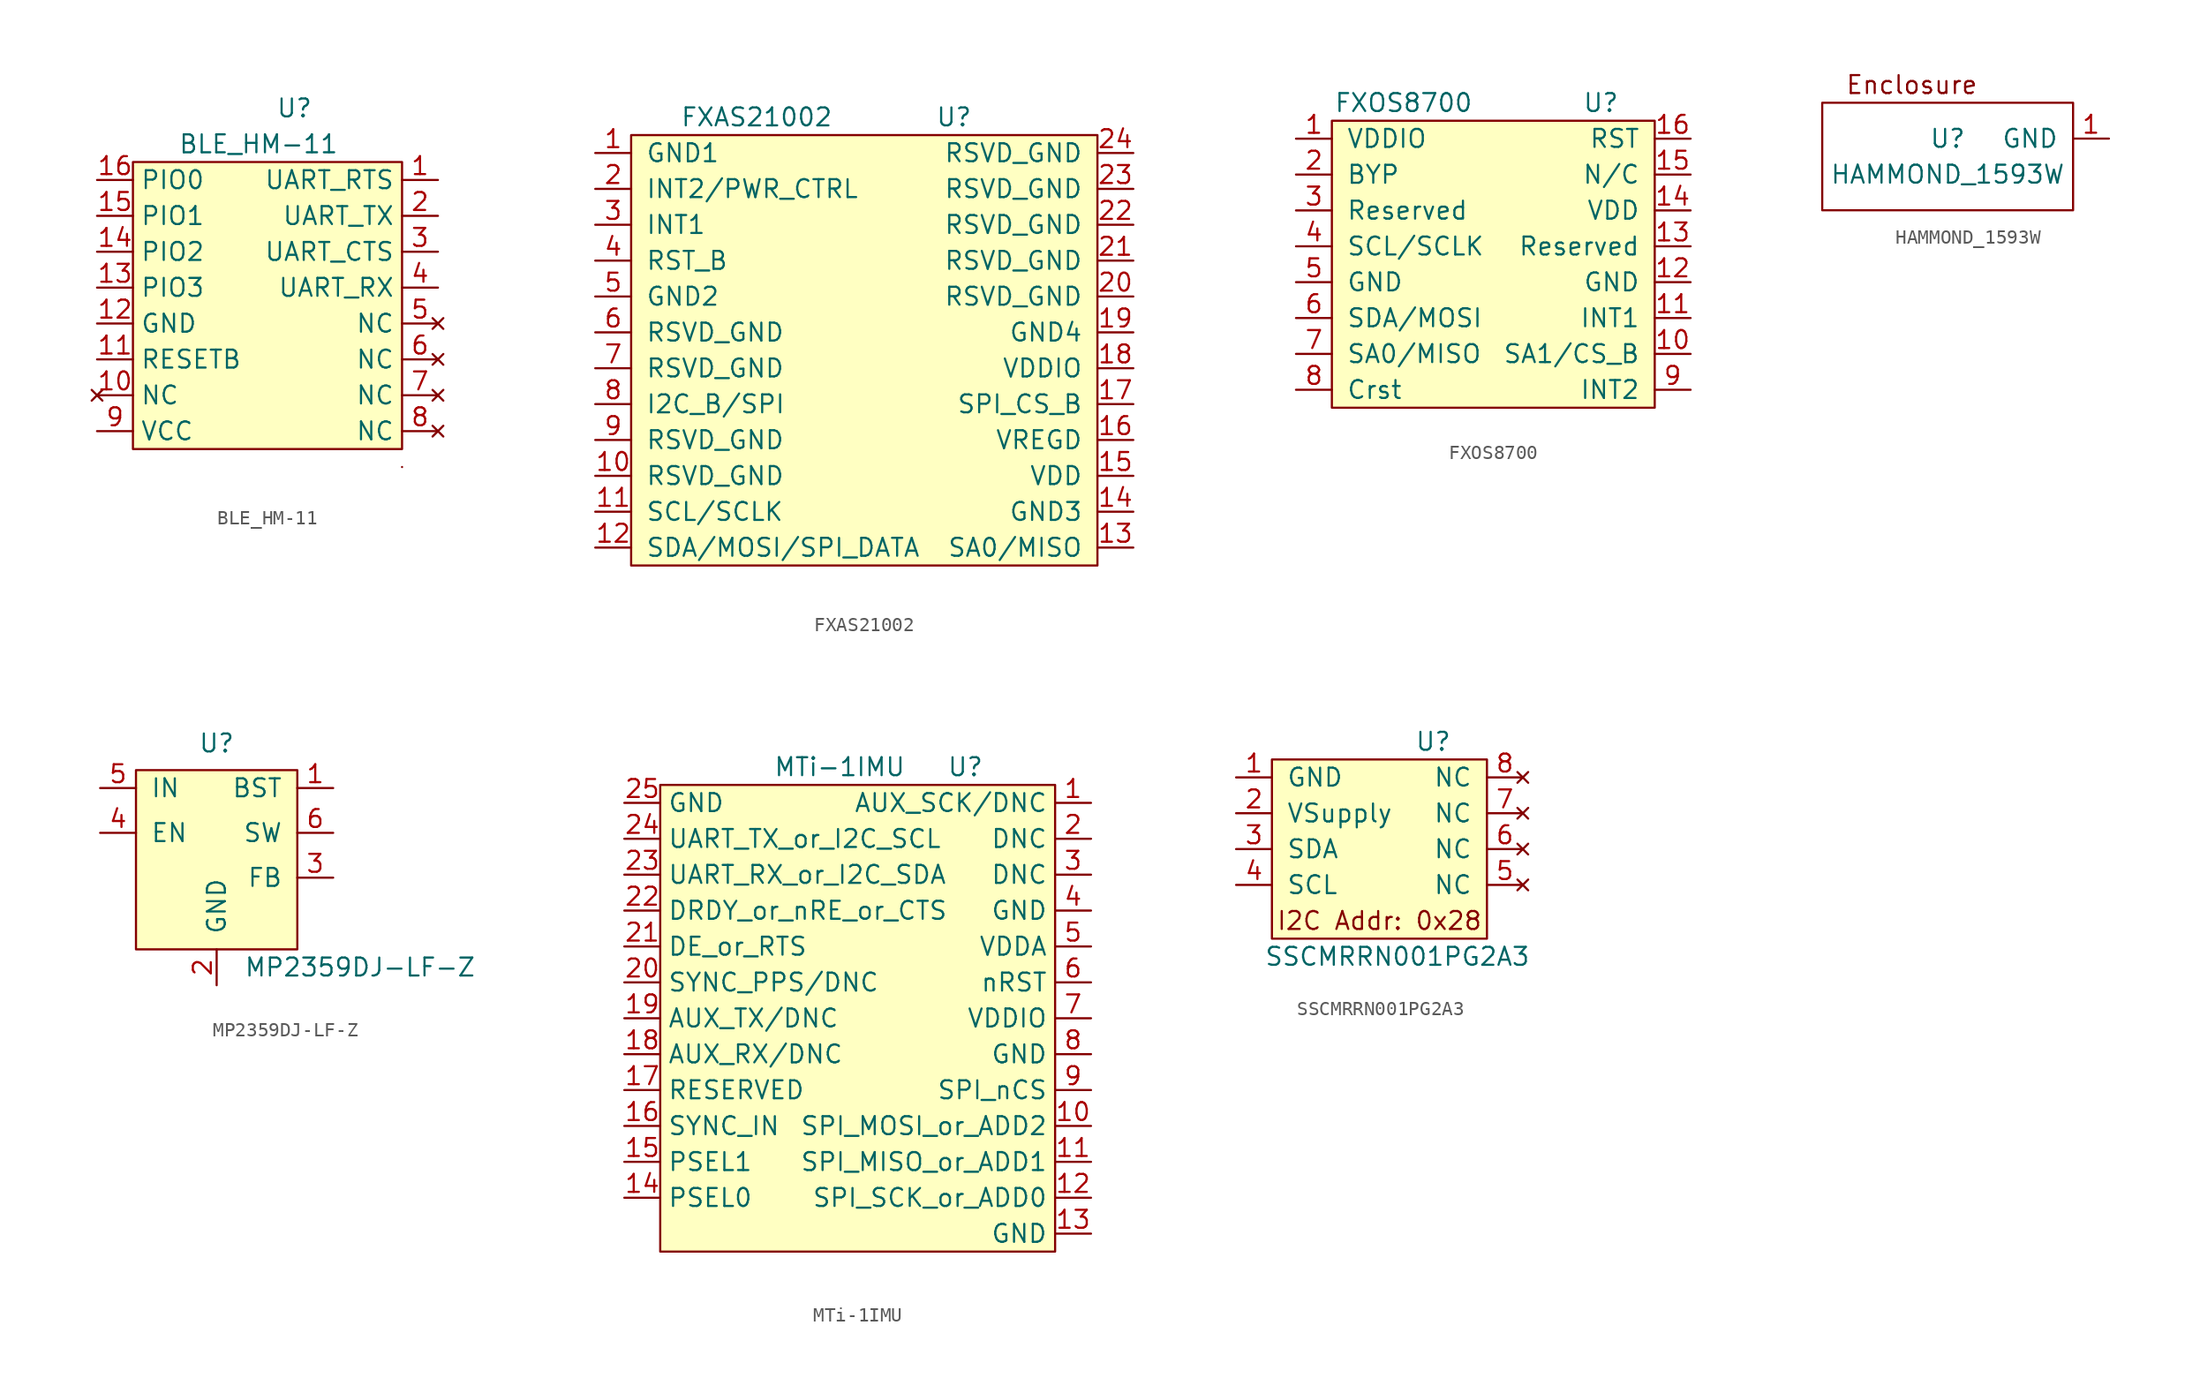
<source format=kicad_sym>
(kicad_symbol_lib
  (version 20211014)
  (generator kicad_symbol_editor)
  (symbol "BLE_HM-11"
    (property "Reference" "U"
      (at 1.27 13.97 0)
      (effects (font (size 1.27 1.27))))
    (property "Value" "BLE_HM-11"
      (at -1.27 11.43 0)
      (effects (font (size 1.27 1.27))))
    (symbol "BLE_HM-11_0_1"
      (rectangle (start -10.16 10.16) (end 8.89 -10.16) (stroke (width 0) (type default) (color 0 0 0 0)) (fill (type background)))
      (rectangle (start 8.89 -11.43) (end 8.89 -11.43) (stroke (width 0) (type default) (color 0 0 0 0)) (fill (type none))))
    (symbol "BLE_HM-11_1_1"
      (pin output line (at 11.43 8.89 180) (length 2.54) (name "UART_RTS" (effects (font (size 1.27 1.27)))) (number "1" (effects (font (size 1.27 1.27)))))
      (pin no_connect line (at -12.7 -6.35 0) (length 2.54) (name "NC" (effects (font (size 1.27 1.27)))) (number "10" (effects (font (size 1.27 1.27)))))
      (pin input line (at -12.7 -3.81 0) (length 2.54) (name "RESETB" (effects (font (size 1.27 1.27)))) (number "11" (effects (font (size 1.27 1.27)))))
      (pin power_in line (at -12.7 -1.27 0) (length 2.54) (name "GND" (effects (font (size 1.27 1.27)))) (number "12" (effects (font (size 1.27 1.27)))))
      (pin bidirectional line (at -12.7 1.27 0) (length 2.54) (name "PIO3" (effects (font (size 1.27 1.27)))) (number "13" (effects (font (size 1.27 1.27)))))
      (pin bidirectional line (at -12.7 3.81 0) (length 2.54) (name "PIO2" (effects (font (size 1.27 1.27)))) (number "14" (effects (font (size 1.27 1.27)))))
      (pin bidirectional line (at -12.7 6.35 0) (length 2.54) (name "PIO1" (effects (font (size 1.27 1.27)))) (number "15" (effects (font (size 1.27 1.27)))))
      (pin bidirectional line (at -12.7 8.89 0) (length 2.54) (name "PIO0" (effects (font (size 1.27 1.27)))) (number "16" (effects (font (size 1.27 1.27)))))
      (pin output line (at 11.43 6.35 180) (length 2.54) (name "UART_TX" (effects (font (size 1.27 1.27)))) (number "2" (effects (font (size 1.27 1.27)))))
      (pin input line (at 11.43 3.81 180) (length 2.54) (name "UART_CTS" (effects (font (size 1.27 1.27)))) (number "3" (effects (font (size 1.27 1.27)))))
      (pin input line (at 11.43 1.27 180) (length 2.54) (name "UART_RX" (effects (font (size 1.27 1.27)))) (number "4" (effects (font (size 1.27 1.27)))))
      (pin no_connect line (at 11.43 -1.27 180) (length 2.54) (name "NC" (effects (font (size 1.27 1.27)))) (number "5" (effects (font (size 1.27 1.27)))))
      (pin no_connect line (at 11.43 -3.81 180) (length 2.54) (name "NC" (effects (font (size 1.27 1.27)))) (number "6" (effects (font (size 1.27 1.27)))))
      (pin no_connect line (at 11.43 -6.35 180) (length 2.54) (name "NC" (effects (font (size 1.27 1.27)))) (number "7" (effects (font (size 1.27 1.27)))))
      (pin no_connect line (at 11.43 -8.89 180) (length 2.54) (name "NC" (effects (font (size 1.27 1.27)))) (number "8" (effects (font (size 1.27 1.27)))))
      (pin power_in line (at -12.7 -8.89 0) (length 2.54) (name "VCC" (effects (font (size 1.27 1.27)))) (number "9" (effects (font (size 1.27 1.27)))))))
  (symbol "FXAS21002"
    (pin_names
      (offset 1.016))
    (property "Reference" "U"
      (at 6.35 13.97 0)
      (effects (font (size 1.27 1.27))))
    (property "Value" "FXAS21002"
      (at -7.62 13.97 0)
      (effects (font (size 1.27 1.27))))
    (symbol "FXAS21002_0_1"
      (rectangle (start -16.51 12.7) (end 16.51 -17.78) (stroke (width 0) (type default) (color 0 0 0 0)) (fill (type background))))
    (symbol "FXAS21002_1_1"
      (pin input line (at -19.05 11.43 0) (length 2.54) (name "GND1" (effects (font (size 1.27 1.27)))) (number "1" (effects (font (size 1.27 1.27)))))
      (pin input line (at -19.05 -11.43 0) (length 2.54) (name "RSVD_GND" (effects (font (size 1.27 1.27)))) (number "10" (effects (font (size 1.27 1.27)))))
      (pin input line (at -19.05 -13.97 0) (length 2.54) (name "SCL/SCLK" (effects (font (size 1.27 1.27)))) (number "11" (effects (font (size 1.27 1.27)))))
      (pin input line (at -19.05 -16.51 0) (length 2.54) (name "SDA/MOSI/SPI_DATA" (effects (font (size 1.27 1.27)))) (number "12" (effects (font (size 1.27 1.27)))))
      (pin input line (at 19.05 -16.51 180) (length 2.54) (name "SA0/MISO" (effects (font (size 1.27 1.27)))) (number "13" (effects (font (size 1.27 1.27)))))
      (pin input line (at 19.05 -13.97 180) (length 2.54) (name "GND3" (effects (font (size 1.27 1.27)))) (number "14" (effects (font (size 1.27 1.27)))))
      (pin input line (at 19.05 -11.43 180) (length 2.54) (name "VDD" (effects (font (size 1.27 1.27)))) (number "15" (effects (font (size 1.27 1.27)))))
      (pin input line (at 19.05 -8.89 180) (length 2.54) (name "VREGD" (effects (font (size 1.27 1.27)))) (number "16" (effects (font (size 1.27 1.27)))))
      (pin input line (at 19.05 -6.35 180) (length 2.54) (name "SPI_CS_B" (effects (font (size 1.27 1.27)))) (number "17" (effects (font (size 1.27 1.27)))))
      (pin input line (at 19.05 -3.81 180) (length 2.54) (name "VDDIO" (effects (font (size 1.27 1.27)))) (number "18" (effects (font (size 1.27 1.27)))))
      (pin input line (at 19.05 -1.27 180) (length 2.54) (name "GND4" (effects (font (size 1.27 1.27)))) (number "19" (effects (font (size 1.27 1.27)))))
      (pin input line (at -19.05 8.89 0) (length 2.54) (name "INT2/PWR_CTRL" (effects (font (size 1.27 1.27)))) (number "2" (effects (font (size 1.27 1.27)))))
      (pin input line (at 19.05 1.27 180) (length 2.54) (name "RSVD_GND" (effects (font (size 1.27 1.27)))) (number "20" (effects (font (size 1.27 1.27)))))
      (pin input line (at 19.05 3.81 180) (length 2.54) (name "RSVD_GND" (effects (font (size 1.27 1.27)))) (number "21" (effects (font (size 1.27 1.27)))))
      (pin input line (at 19.05 6.35 180) (length 2.54) (name "RSVD_GND" (effects (font (size 1.27 1.27)))) (number "22" (effects (font (size 1.27 1.27)))))
      (pin input line (at 19.05 8.89 180) (length 2.54) (name "RSVD_GND" (effects (font (size 1.27 1.27)))) (number "23" (effects (font (size 1.27 1.27)))))
      (pin input line (at 19.05 11.43 180) (length 2.54) (name "RSVD_GND" (effects (font (size 1.27 1.27)))) (number "24" (effects (font (size 1.27 1.27)))))
      (pin input line (at -19.05 6.35 0) (length 2.54) (name "INT1" (effects (font (size 1.27 1.27)))) (number "3" (effects (font (size 1.27 1.27)))))
      (pin input line (at -19.05 3.81 0) (length 2.54) (name "RST_B" (effects (font (size 1.27 1.27)))) (number "4" (effects (font (size 1.27 1.27)))))
      (pin input line (at -19.05 1.27 0) (length 2.54) (name "GND2" (effects (font (size 1.27 1.27)))) (number "5" (effects (font (size 1.27 1.27)))))
      (pin input line (at -19.05 -1.27 0) (length 2.54) (name "RSVD_GND" (effects (font (size 1.27 1.27)))) (number "6" (effects (font (size 1.27 1.27)))))
      (pin input line (at -19.05 -3.81 0) (length 2.54) (name "RSVD_GND" (effects (font (size 1.27 1.27)))) (number "7" (effects (font (size 1.27 1.27)))))
      (pin input line (at -19.05 -6.35 0) (length 2.54) (name "I2C_B/SPI" (effects (font (size 1.27 1.27)))) (number "8" (effects (font (size 1.27 1.27)))))
      (pin input line (at -19.05 -8.89 0) (length 2.54) (name "RSVD_GND" (effects (font (size 1.27 1.27)))) (number "9" (effects (font (size 1.27 1.27)))))))
  (symbol "FXOS8700"
    (pin_names
      (offset 1.016))
    (property "Reference" "U"
      (at 7.62 11.43 0)
      (effects (font (size 1.27 1.27))))
    (property "Value" "FXOS8700"
      (at -6.35 11.43 0)
      (effects (font (size 1.27 1.27))))
    (symbol "FXOS8700_0_1"
      (rectangle (start -11.43 10.16) (end 11.43 -10.16) (stroke (width 0) (type default) (color 0 0 0 0)) (fill (type background))))
    (symbol "FXOS8700_1_1"
      (pin input line (at -13.97 8.89 0) (length 2.54) (name "VDDIO" (effects (font (size 1.27 1.27)))) (number "1" (effects (font (size 1.27 1.27)))))
      (pin input line (at 13.97 -6.35 180) (length 2.54) (name "SA1/CS_B" (effects (font (size 1.27 1.27)))) (number "10" (effects (font (size 1.27 1.27)))))
      (pin input line (at 13.97 -3.81 180) (length 2.54) (name "INT1" (effects (font (size 1.27 1.27)))) (number "11" (effects (font (size 1.27 1.27)))))
      (pin input line (at 13.97 -1.27 180) (length 2.54) (name "GND" (effects (font (size 1.27 1.27)))) (number "12" (effects (font (size 1.27 1.27)))))
      (pin input line (at 13.97 1.27 180) (length 2.54) (name "Reserved" (effects (font (size 1.27 1.27)))) (number "13" (effects (font (size 1.27 1.27)))))
      (pin input line (at 13.97 3.81 180) (length 2.54) (name "VDD" (effects (font (size 1.27 1.27)))) (number "14" (effects (font (size 1.27 1.27)))))
      (pin input line (at 13.97 6.35 180) (length 2.54) (name "N/C" (effects (font (size 1.27 1.27)))) (number "15" (effects (font (size 1.27 1.27)))))
      (pin input line (at 13.97 8.89 180) (length 2.54) (name "RST" (effects (font (size 1.27 1.27)))) (number "16" (effects (font (size 1.27 1.27)))))
      (pin input line (at -13.97 6.35 0) (length 2.54) (name "BYP" (effects (font (size 1.27 1.27)))) (number "2" (effects (font (size 1.27 1.27)))))
      (pin input line (at -13.97 3.81 0) (length 2.54) (name "Reserved" (effects (font (size 1.27 1.27)))) (number "3" (effects (font (size 1.27 1.27)))))
      (pin input line (at -13.97 1.27 0) (length 2.54) (name "SCL/SCLK" (effects (font (size 1.27 1.27)))) (number "4" (effects (font (size 1.27 1.27)))))
      (pin input line (at -13.97 -1.27 0) (length 2.54) (name "GND" (effects (font (size 1.27 1.27)))) (number "5" (effects (font (size 1.27 1.27)))))
      (pin input line (at -13.97 -3.81 0) (length 2.54) (name "SDA/MOSI" (effects (font (size 1.27 1.27)))) (number "6" (effects (font (size 1.27 1.27)))))
      (pin input line (at -13.97 -6.35 0) (length 2.54) (name "SA0/MISO" (effects (font (size 1.27 1.27)))) (number "7" (effects (font (size 1.27 1.27)))))
      (pin input line (at -13.97 -8.89 0) (length 2.54) (name "Crst" (effects (font (size 1.27 1.27)))) (number "8" (effects (font (size 1.27 1.27)))))
      (pin input line (at 13.97 -8.89 180) (length 2.54) (name "INT2" (effects (font (size 1.27 1.27)))) (number "9" (effects (font (size 1.27 1.27)))))))
  (symbol "HAMMOND_1593W"
    (pin_names
      (offset 1.016))
    (property "Reference" "U"
      (at 0 0 0)
      (effects (font (size 1.27 1.27))))
    (property "Value" "HAMMOND_1593W"
      (at 0 -2.54 0)
      (effects (font (size 1.27 1.27))))
    (symbol "HAMMOND_1593W_0_0"
      (text "Enclosure" (at -2.54 3.81 0) (effects (font (size 1.27 1.27)))))
    (symbol "HAMMOND_1593W_0_1"
      (rectangle (start -8.89 2.54) (end 8.89 -5.08) (stroke (width 0) (type default) (color 0 0 0 0)) (fill (type none))))
    (symbol "HAMMOND_1593W_1_1"
      (pin input line (at 11.43 0 180) (length 2.54) (name "GND" (effects (font (size 1.27 1.27)))) (number "1" (effects (font (size 1.27 1.27)))))))
  (symbol "MP2359DJ-LF-Z"
    (pin_names
      (offset 1.016))
    (property "Reference" "U"
      (at 0 9.525 0)
      (effects (font (size 1.27 1.27))))
    (property "Value" "MP2359DJ-LF-Z"
      (at 10.16 -6.35 0)
      (effects (font (size 1.27 1.27))))
    (symbol "MP2359DJ-LF-Z_0_1"
      (rectangle (start -5.715 7.62) (end 5.715 -5.08) (stroke (width 0) (type default) (color 0 0 0 0)) (fill (type background))))
    (symbol "MP2359DJ-LF-Z_1_1"
      (pin input line (at 8.255 6.35 180) (length 2.54) (name "BST" (effects (font (size 1.27 1.27)))) (number "1" (effects (font (size 1.27 1.27)))))
      (pin power_in line (at 0 -7.62 90) (length 2.54) (name "GND" (effects (font (size 1.27 1.27)))) (number "2" (effects (font (size 1.27 1.27)))))
      (pin input line (at 8.255 0 180) (length 2.54) (name "FB" (effects (font (size 1.27 1.27)))) (number "3" (effects (font (size 1.27 1.27)))))
      (pin input line (at -8.255 3.175 0) (length 2.54) (name "EN" (effects (font (size 1.27 1.27)))) (number "4" (effects (font (size 1.27 1.27)))))
      (pin power_in line (at -8.255 6.35 0) (length 2.54) (name "IN" (effects (font (size 1.27 1.27)))) (number "5" (effects (font (size 1.27 1.27)))))
      (pin power_out line (at 8.255 3.175 180) (length 2.54) (name "SW" (effects (font (size 1.27 1.27)))) (number "6" (effects (font (size 1.27 1.27)))))))
  (symbol "MTi-1IMU"
    (property "Reference" "U"
      (at 7.62 16.51 0)
      (effects (font (size 1.27 1.27))))
    (property "Value" "MTi-1IMU"
      (at -1.27 16.51 0)
      (effects (font (size 1.27 1.27))))
    (symbol "MTi-1IMU_0_1"
      (rectangle (start -13.97 15.24) (end 13.97 -17.78) (stroke (width 0) (type default) (color 0 0 0 0)) (fill (type background))))
    (symbol "MTi-1IMU_1_1"
      (pin input line (at 16.51 13.97 180) (length 2.54) (name "AUX_SCK/DNC" (effects (font (size 1.27 1.27)))) (number "1" (effects (font (size 1.27 1.27)))))
      (pin input line (at 16.51 -8.89 180) (length 2.54) (name "SPI_MOSI_or_ADD2" (effects (font (size 1.27 1.27)))) (number "10" (effects (font (size 1.27 1.27)))))
      (pin input line (at 16.51 -11.43 180) (length 2.54) (name "SPI_MISO_or_ADD1" (effects (font (size 1.27 1.27)))) (number "11" (effects (font (size 1.27 1.27)))))
      (pin input line (at 16.51 -13.97 180) (length 2.54) (name "SPI_SCK_or_ADD0" (effects (font (size 1.27 1.27)))) (number "12" (effects (font (size 1.27 1.27)))))
      (pin input line (at 16.51 -16.51 180) (length 2.54) (name "GND" (effects (font (size 1.27 1.27)))) (number "13" (effects (font (size 1.27 1.27)))))
      (pin input line (at -16.51 -13.97 0) (length 2.54) (name "PSEL0" (effects (font (size 1.27 1.27)))) (number "14" (effects (font (size 1.27 1.27)))))
      (pin input line (at -16.51 -11.43 0) (length 2.54) (name "PSEL1" (effects (font (size 1.27 1.27)))) (number "15" (effects (font (size 1.27 1.27)))))
      (pin input line (at -16.51 -8.89 0) (length 2.54) (name "SYNC_IN" (effects (font (size 1.27 1.27)))) (number "16" (effects (font (size 1.27 1.27)))))
      (pin input line (at -16.51 -6.35 0) (length 2.54) (name "RESERVED" (effects (font (size 1.27 1.27)))) (number "17" (effects (font (size 1.27 1.27)))))
      (pin input line (at -16.51 -3.81 0) (length 2.54) (name "AUX_RX/DNC" (effects (font (size 1.27 1.27)))) (number "18" (effects (font (size 1.27 1.27)))))
      (pin input line (at -16.51 -1.27 0) (length 2.54) (name "AUX_TX/DNC" (effects (font (size 1.27 1.27)))) (number "19" (effects (font (size 1.27 1.27)))))
      (pin input line (at 16.51 11.43 180) (length 2.54) (name "DNC" (effects (font (size 1.27 1.27)))) (number "2" (effects (font (size 1.27 1.27)))))
      (pin input line (at -16.51 1.27 0) (length 2.54) (name "SYNC_PPS/DNC" (effects (font (size 1.27 1.27)))) (number "20" (effects (font (size 1.27 1.27)))))
      (pin input line (at -16.51 3.81 0) (length 2.54) (name "DE_or_RTS" (effects (font (size 1.27 1.27)))) (number "21" (effects (font (size 1.27 1.27)))))
      (pin input line (at -16.51 6.35 0) (length 2.54) (name "DRDY_or_nRE_or_CTS" (effects (font (size 1.27 1.27)))) (number "22" (effects (font (size 1.27 1.27)))))
      (pin input line (at -16.51 8.89 0) (length 2.54) (name "UART_RX_or_I2C_SDA" (effects (font (size 1.27 1.27)))) (number "23" (effects (font (size 1.27 1.27)))))
      (pin input line (at -16.51 11.43 0) (length 2.54) (name "UART_TX_or_I2C_SCL" (effects (font (size 1.27 1.27)))) (number "24" (effects (font (size 1.27 1.27)))))
      (pin input line (at -16.51 13.97 0) (length 2.54) (name "GND" (effects (font (size 1.27 1.27)))) (number "25" (effects (font (size 1.27 1.27)))))
      (pin input line (at 16.51 8.89 180) (length 2.54) (name "DNC" (effects (font (size 1.27 1.27)))) (number "3" (effects (font (size 1.27 1.27)))))
      (pin input line (at 16.51 6.35 180) (length 2.54) (name "GND" (effects (font (size 1.27 1.27)))) (number "4" (effects (font (size 1.27 1.27)))))
      (pin input line (at 16.51 3.81 180) (length 2.54) (name "VDDA" (effects (font (size 1.27 1.27)))) (number "5" (effects (font (size 1.27 1.27)))))
      (pin input line (at 16.51 1.27 180) (length 2.54) (name "nRST" (effects (font (size 1.27 1.27)))) (number "6" (effects (font (size 1.27 1.27)))))
      (pin input line (at 16.51 -1.27 180) (length 2.54) (name "VDDIO" (effects (font (size 1.27 1.27)))) (number "7" (effects (font (size 1.27 1.27)))))
      (pin input line (at 16.51 -3.81 180) (length 2.54) (name "GND" (effects (font (size 1.27 1.27)))) (number "8" (effects (font (size 1.27 1.27)))))
      (pin input line (at 16.51 -6.35 180) (length 2.54) (name "SPI_nCS" (effects (font (size 1.27 1.27)))) (number "9" (effects (font (size 1.27 1.27)))))))
  (symbol "SSCMRRN001PG2A3"
    (pin_names
      (offset 1.016))
    (property "Reference" "U"
      (at 3.81 6.35 0)
      (effects (font (size 1.27 1.27))))
    (property "Value" "SSCMRRN001PG2A3"
      (at 1.27 -8.89 0)
      (effects (font (size 1.27 1.27))))
    (symbol "SSCMRRN001PG2A3_0_0"
      (rectangle (start -7.62 5.08) (end 7.62 -7.62) (stroke (width 0) (type default) (color 0 0 0 0)) (fill (type background)))
      (text "I2C Addr: 0x28" (at 0 -6.35 0) (effects (font (size 1.27 1.27)))))
    (symbol "SSCMRRN001PG2A3_1_1"
      (pin input line (at -10.16 3.81 0) (length 2.54) (name "GND" (effects (font (size 1.27 1.27)))) (number "1" (effects (font (size 1.27 1.27)))))
      (pin input line (at -10.16 1.27 0) (length 2.54) (name "VSupply" (effects (font (size 1.27 1.27)))) (number "2" (effects (font (size 1.27 1.27)))))
      (pin input line (at -10.16 -1.27 0) (length 2.54) (name "SDA" (effects (font (size 1.27 1.27)))) (number "3" (effects (font (size 1.27 1.27)))))
      (pin input line (at -10.16 -3.81 0) (length 2.54) (name "SCL" (effects (font (size 1.27 1.27)))) (number "4" (effects (font (size 1.27 1.27)))))
      (pin no_connect line (at 10.16 -3.81 180) (length 2.54) (name "NC" (effects (font (size 1.27 1.27)))) (number "5" (effects (font (size 1.27 1.27)))))
      (pin no_connect line (at 10.16 -1.27 180) (length 2.54) (name "NC" (effects (font (size 1.27 1.27)))) (number "6" (effects (font (size 1.27 1.27)))))
      (pin no_connect line (at 10.16 1.27 180) (length 2.54) (name "NC" (effects (font (size 1.27 1.27)))) (number "7" (effects (font (size 1.27 1.27)))))
      (pin no_connect line (at 10.16 3.81 180) (length 2.54) (name "NC" (effects (font (size 1.27 1.27)))) (number "8" (effects (font (size 1.27 1.27))))))))
</source>
